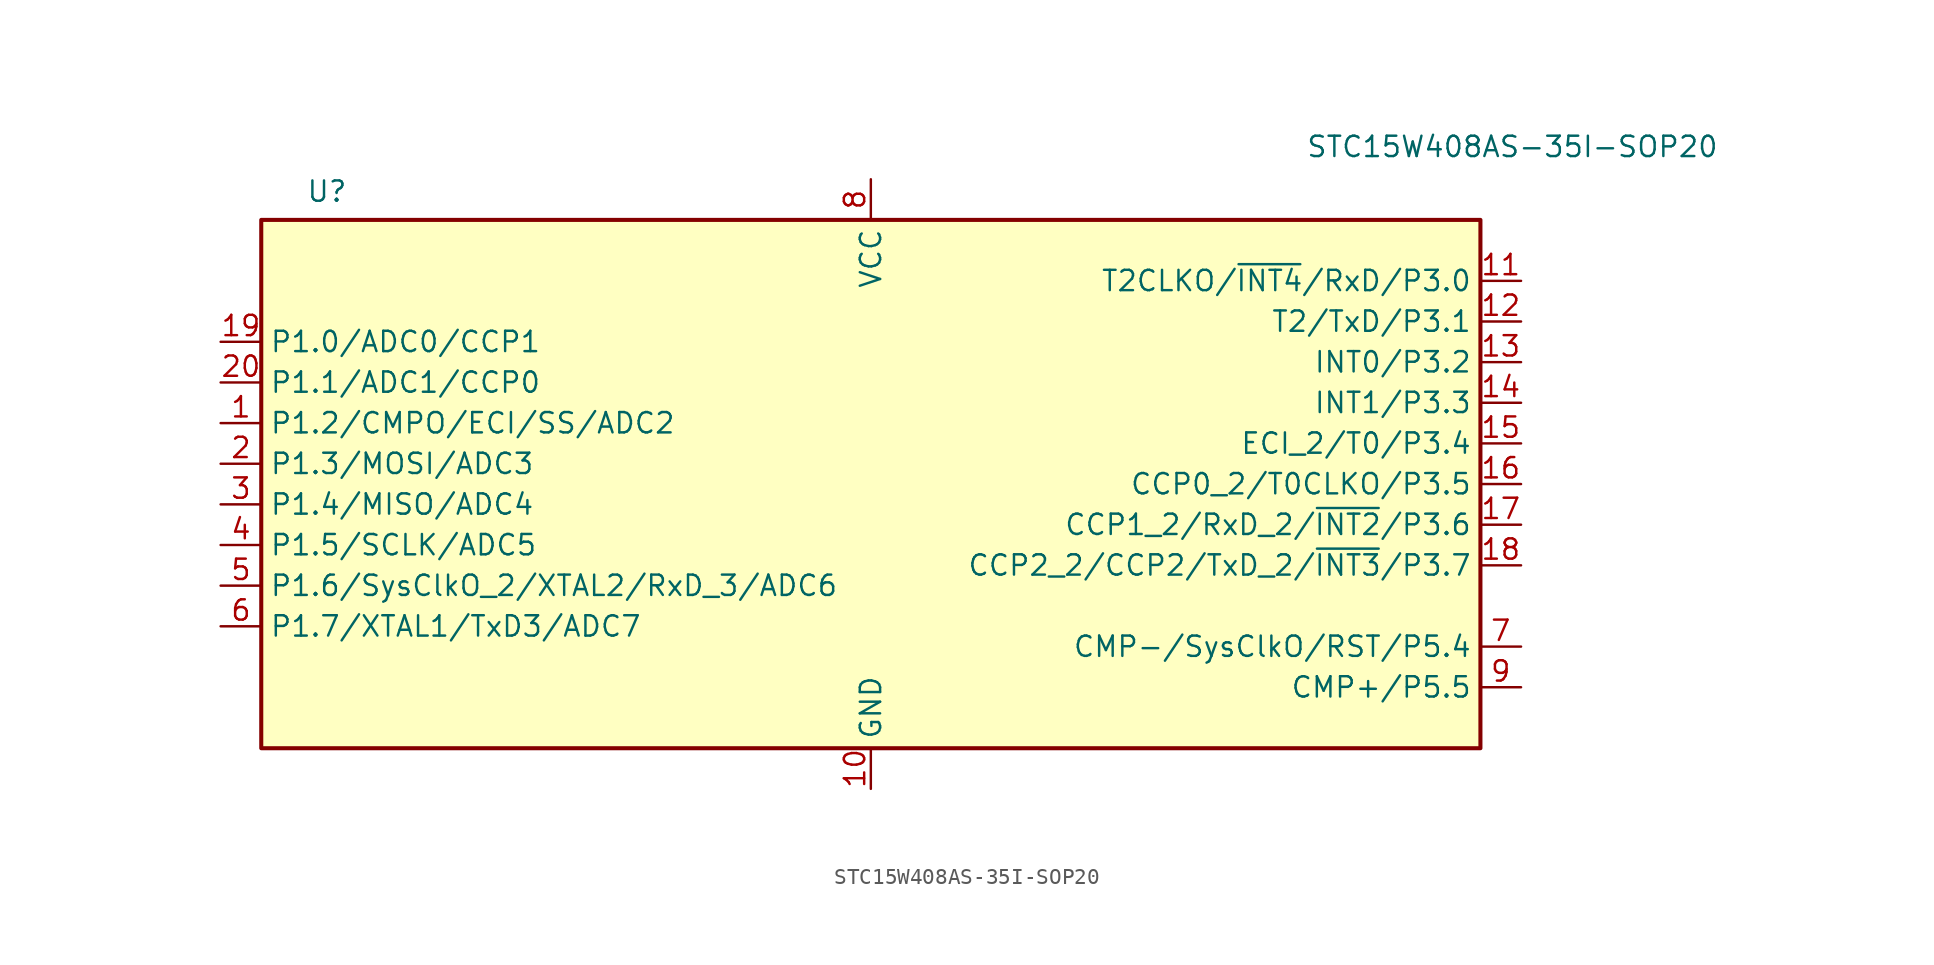
<source format=kicad_sym>
(kicad_symbol_lib
  (version 20231120)
  (generator "kicad_symbol_editor")
  (generator_version "8.0")
  (symbol "STC15W408AS-35I-SOP20"
    (property "Reference" "U"
      (at -35.306 17.018 0)
      (effects (font (size 1.27 1.27)) (justify left)))
    (property "Value" "STC15W408AS-35I-SOP20"
      (at 27.178 19.812 0)
      (effects (font (size 1.27 1.27)) (justify left)))
    (symbol "STC15W408AS-35I-SOP20_0_1"
      (rectangle (start -38.1 15.24) (end 38.1 -17.78) (stroke (width 0.254) (type default)) (fill (type background))))
    (symbol "STC15W408AS-35I-SOP20_1_0"
      (pin bidirectional line (at -40.64 2.54 0) (length 2.54) (name "P1.2/CMPO/ECI/SS/ADC2" (effects (font (size 1.27 1.27)))) (number "1" (effects (font (size 1.27 1.27)))))
      (pin bidirectional line (at 40.64 11.43 180) (length 2.54) (name "T2CLKO/~{INT4}/RxD/P3.0" (effects (font (size 1.27 1.27)))) (number "11" (effects (font (size 1.27 1.27)))))
      (pin bidirectional line (at 40.64 8.89 180) (length 2.54) (name "T2/TxD/P3.1" (effects (font (size 1.27 1.27)))) (number "12" (effects (font (size 1.27 1.27)))))
      (pin bidirectional line (at 40.64 6.35 180) (length 2.54) (name "INT0/P3.2" (effects (font (size 1.27 1.27)))) (number "13" (effects (font (size 1.27 1.27)))))
      (pin bidirectional line (at 40.64 3.81 180) (length 2.54) (name "INT1/P3.3" (effects (font (size 1.27 1.27)))) (number "14" (effects (font (size 1.27 1.27)))))
      (pin bidirectional line (at 40.64 1.27 180) (length 2.54) (name "ECI_2/T0/P3.4" (effects (font (size 1.27 1.27)))) (number "15" (effects (font (size 1.27 1.27)))))
      (pin bidirectional line (at 40.64 -1.27 180) (length 2.54) (name "CCP0_2/T0CLKO/P3.5" (effects (font (size 1.27 1.27)))) (number "16" (effects (font (size 1.27 1.27)))))
      (pin bidirectional line (at 40.64 -3.81 180) (length 2.54) (name "CCP1_2/RxD_2/~{INT2}/P3.6" (effects (font (size 1.27 1.27)))) (number "17" (effects (font (size 1.27 1.27)))))
      (pin bidirectional line (at 40.64 -6.35 180) (length 2.54) (name "CCP2_2/CCP2/TxD_2/~{INT3}/P3.7" (effects (font (size 1.27 1.27)))) (number "18" (effects (font (size 1.27 1.27)))))
      (pin bidirectional line (at -40.64 7.62 0) (length 2.54) (name "P1.0/ADC0/CCP1" (effects (font (size 1.27 1.27)))) (number "19" (effects (font (size 1.27 1.27)))))
      (pin bidirectional line (at -40.64 0 0) (length 2.54) (name "P1.3/MOSI/ADC3" (effects (font (size 1.27 1.27)))) (number "2" (effects (font (size 1.27 1.27)))))
      (pin bidirectional line (at -40.64 5.08 0) (length 2.54) (name "P1.1/ADC1/CCP0" (effects (font (size 1.27 1.27)))) (number "20" (effects (font (size 1.27 1.27)))))
      (pin bidirectional line (at -40.64 -2.54 0) (length 2.54) (name "P1.4/MISO/ADC4" (effects (font (size 1.27 1.27)))) (number "3" (effects (font (size 1.27 1.27)))))
      (pin bidirectional line (at -40.64 -5.08 0) (length 2.54) (name "P1.5/SCLK/ADC5" (effects (font (size 1.27 1.27)))) (number "4" (effects (font (size 1.27 1.27)))))
      (pin bidirectional line (at -40.64 -7.62 0) (length 2.54) (name "P1.6/SysClkO_2/XTAL2/RxD_3/ADC6" (effects (font (size 1.27 1.27)))) (number "5" (effects (font (size 1.27 1.27)))))
      (pin bidirectional line (at -40.64 -10.16 0) (length 2.54) (name "P1.7/XTAL1/TxD3/ADC7" (effects (font (size 1.27 1.27)))) (number "6" (effects (font (size 1.27 1.27)))))
      (pin bidirectional line (at 40.64 -11.43 180) (length 2.54) (name "CMP-/SysClkO/RST/P5.4" (effects (font (size 1.27 1.27)))) (number "7" (effects (font (size 1.27 1.27)))))
      (pin bidirectional line (at 40.64 -13.97 180) (length 2.54) (name "CMP+/P5.5" (effects (font (size 1.27 1.27)))) (number "9" (effects (font (size 1.27 1.27))))))
    (symbol "STC15W408AS-35I-SOP20_1_1"
      (pin output line (at 0 -20.32 90) (length 2.54) (name "GND" (effects (font (size 1.27 1.27)))) (number "10" (effects (font (size 1.27 1.27)))))
      (pin input line (at 0 17.78 270) (length 2.54) (name "VCC" (effects (font (size 1.27 1.27)))) (number "8" (effects (font (size 1.27 1.27))))))))
</source>
